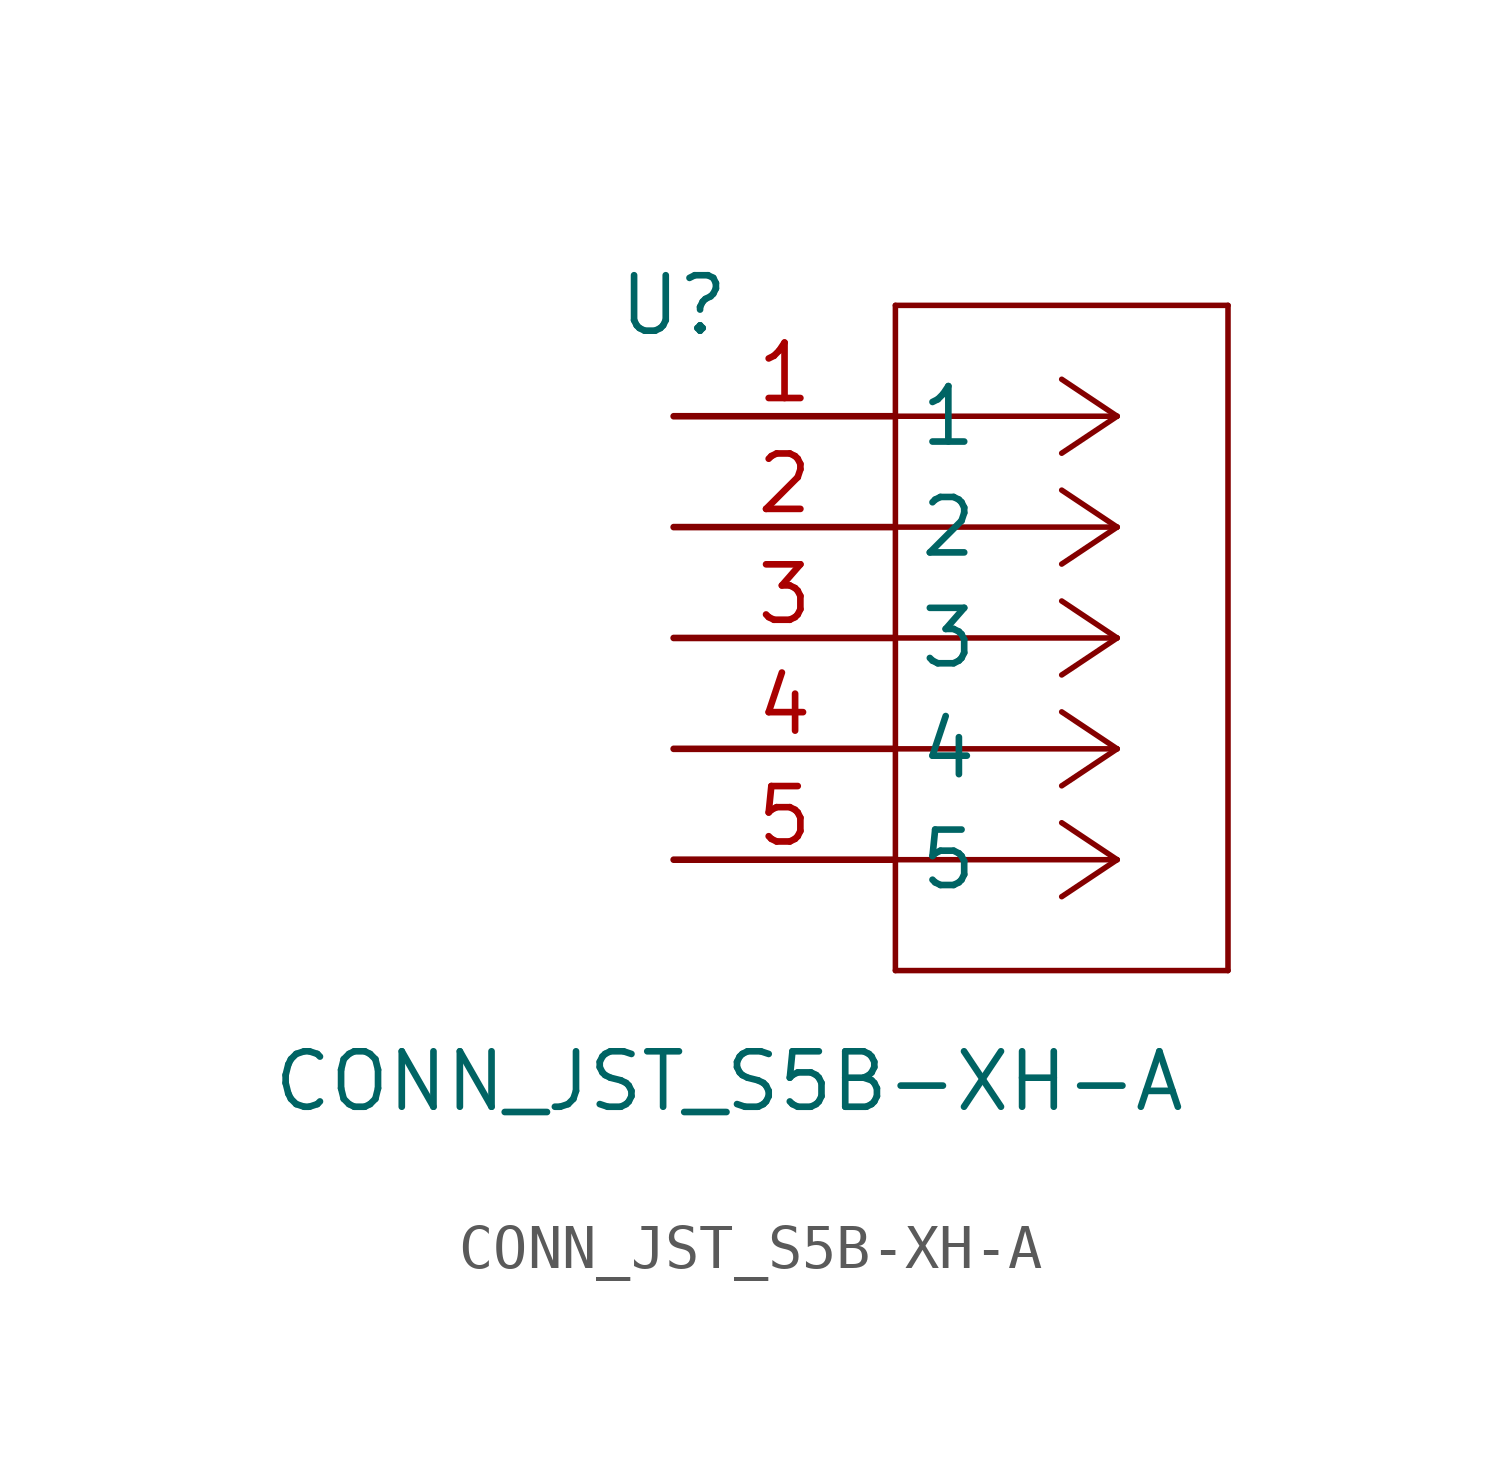
<source format=kicad_sym>
(kicad_symbol_lib
  (version 20220914)
  (generator kicad_symbol_editor)
  (symbol "CONN_JST_S5B-XH-A"
    (property "Reference" "U"
      (at 0 0 0)
      (effects (font (size 1.27 1.27))))
    (property "Value" "CONN_JST_S5B-XH-A"
      (at 1.27 -17.78 0)
      (effects (font (size 1.27 1.27))))
    (symbol "CONN_JST_S5B-XH-A_1_1"
      (polyline (pts (xy 5.08 -15.24) (xy 12.7 -15.24)) (stroke (width 0.127) (type default)) (fill (type none)))
      (polyline (pts (xy 5.08 0) (xy 5.08 -15.24)) (stroke (width 0.127) (type default)) (fill (type none)))
      (polyline (pts (xy 10.16 -12.7) (xy 5.08 -12.7)) (stroke (width 0.127) (type default)) (fill (type none)))
      (polyline (pts (xy 10.16 -12.7) (xy 8.89 -13.547)) (stroke (width 0.127) (type default)) (fill (type none)))
      (polyline (pts (xy 10.16 -12.7) (xy 8.89 -11.853)) (stroke (width 0.127) (type default)) (fill (type none)))
      (polyline (pts (xy 10.16 -10.16) (xy 5.08 -10.16)) (stroke (width 0.127) (type default)) (fill (type none)))
      (polyline (pts (xy 10.16 -10.16) (xy 8.89 -11.007)) (stroke (width 0.127) (type default)) (fill (type none)))
      (polyline (pts (xy 10.16 -10.16) (xy 8.89 -9.313)) (stroke (width 0.127) (type default)) (fill (type none)))
      (polyline (pts (xy 10.16 -7.62) (xy 5.08 -7.62)) (stroke (width 0.127) (type default)) (fill (type none)))
      (polyline (pts (xy 10.16 -7.62) (xy 8.89 -8.467)) (stroke (width 0.127) (type default)) (fill (type none)))
      (polyline (pts (xy 10.16 -7.62) (xy 8.89 -6.773)) (stroke (width 0.127) (type default)) (fill (type none)))
      (polyline (pts (xy 10.16 -5.08) (xy 5.08 -5.08)) (stroke (width 0.127) (type default)) (fill (type none)))
      (polyline (pts (xy 10.16 -5.08) (xy 8.89 -5.927)) (stroke (width 0.127) (type default)) (fill (type none)))
      (polyline (pts (xy 10.16 -5.08) (xy 8.89 -4.233)) (stroke (width 0.127) (type default)) (fill (type none)))
      (polyline (pts (xy 10.16 -2.54) (xy 5.08 -2.54)) (stroke (width 0.127) (type default)) (fill (type none)))
      (polyline (pts (xy 10.16 -2.54) (xy 8.89 -3.387)) (stroke (width 0.127) (type default)) (fill (type none)))
      (polyline (pts (xy 10.16 -2.54) (xy 8.89 -1.693)) (stroke (width 0.127) (type default)) (fill (type none)))
      (polyline (pts (xy 12.7 -15.24) (xy 12.7 0)) (stroke (width 0.127) (type default)) (fill (type none)))
      (polyline (pts (xy 12.7 0) (xy 5.08 0)) (stroke (width 0.127) (type default)) (fill (type none)))
      (pin unspecified line (at 0 -2.54 0) (length 5.08) (name "1" (effects (font (size 1.27 1.27)))) (number "1" (effects (font (size 1.27 1.27)))))
      (pin unspecified line (at 0 -5.08 0) (length 5.08) (name "2" (effects (font (size 1.27 1.27)))) (number "2" (effects (font (size 1.27 1.27)))))
      (pin unspecified line (at 0 -7.62 0) (length 5.08) (name "3" (effects (font (size 1.27 1.27)))) (number "3" (effects (font (size 1.27 1.27)))))
      (pin unspecified line (at 0 -10.16 0) (length 5.08) (name "4" (effects (font (size 1.27 1.27)))) (number "4" (effects (font (size 1.27 1.27)))))
      (pin unspecified line (at 0 -12.7 0) (length 5.08) (name "5" (effects (font (size 1.27 1.27)))) (number "5" (effects (font (size 1.27 1.27))))))))
</source>
